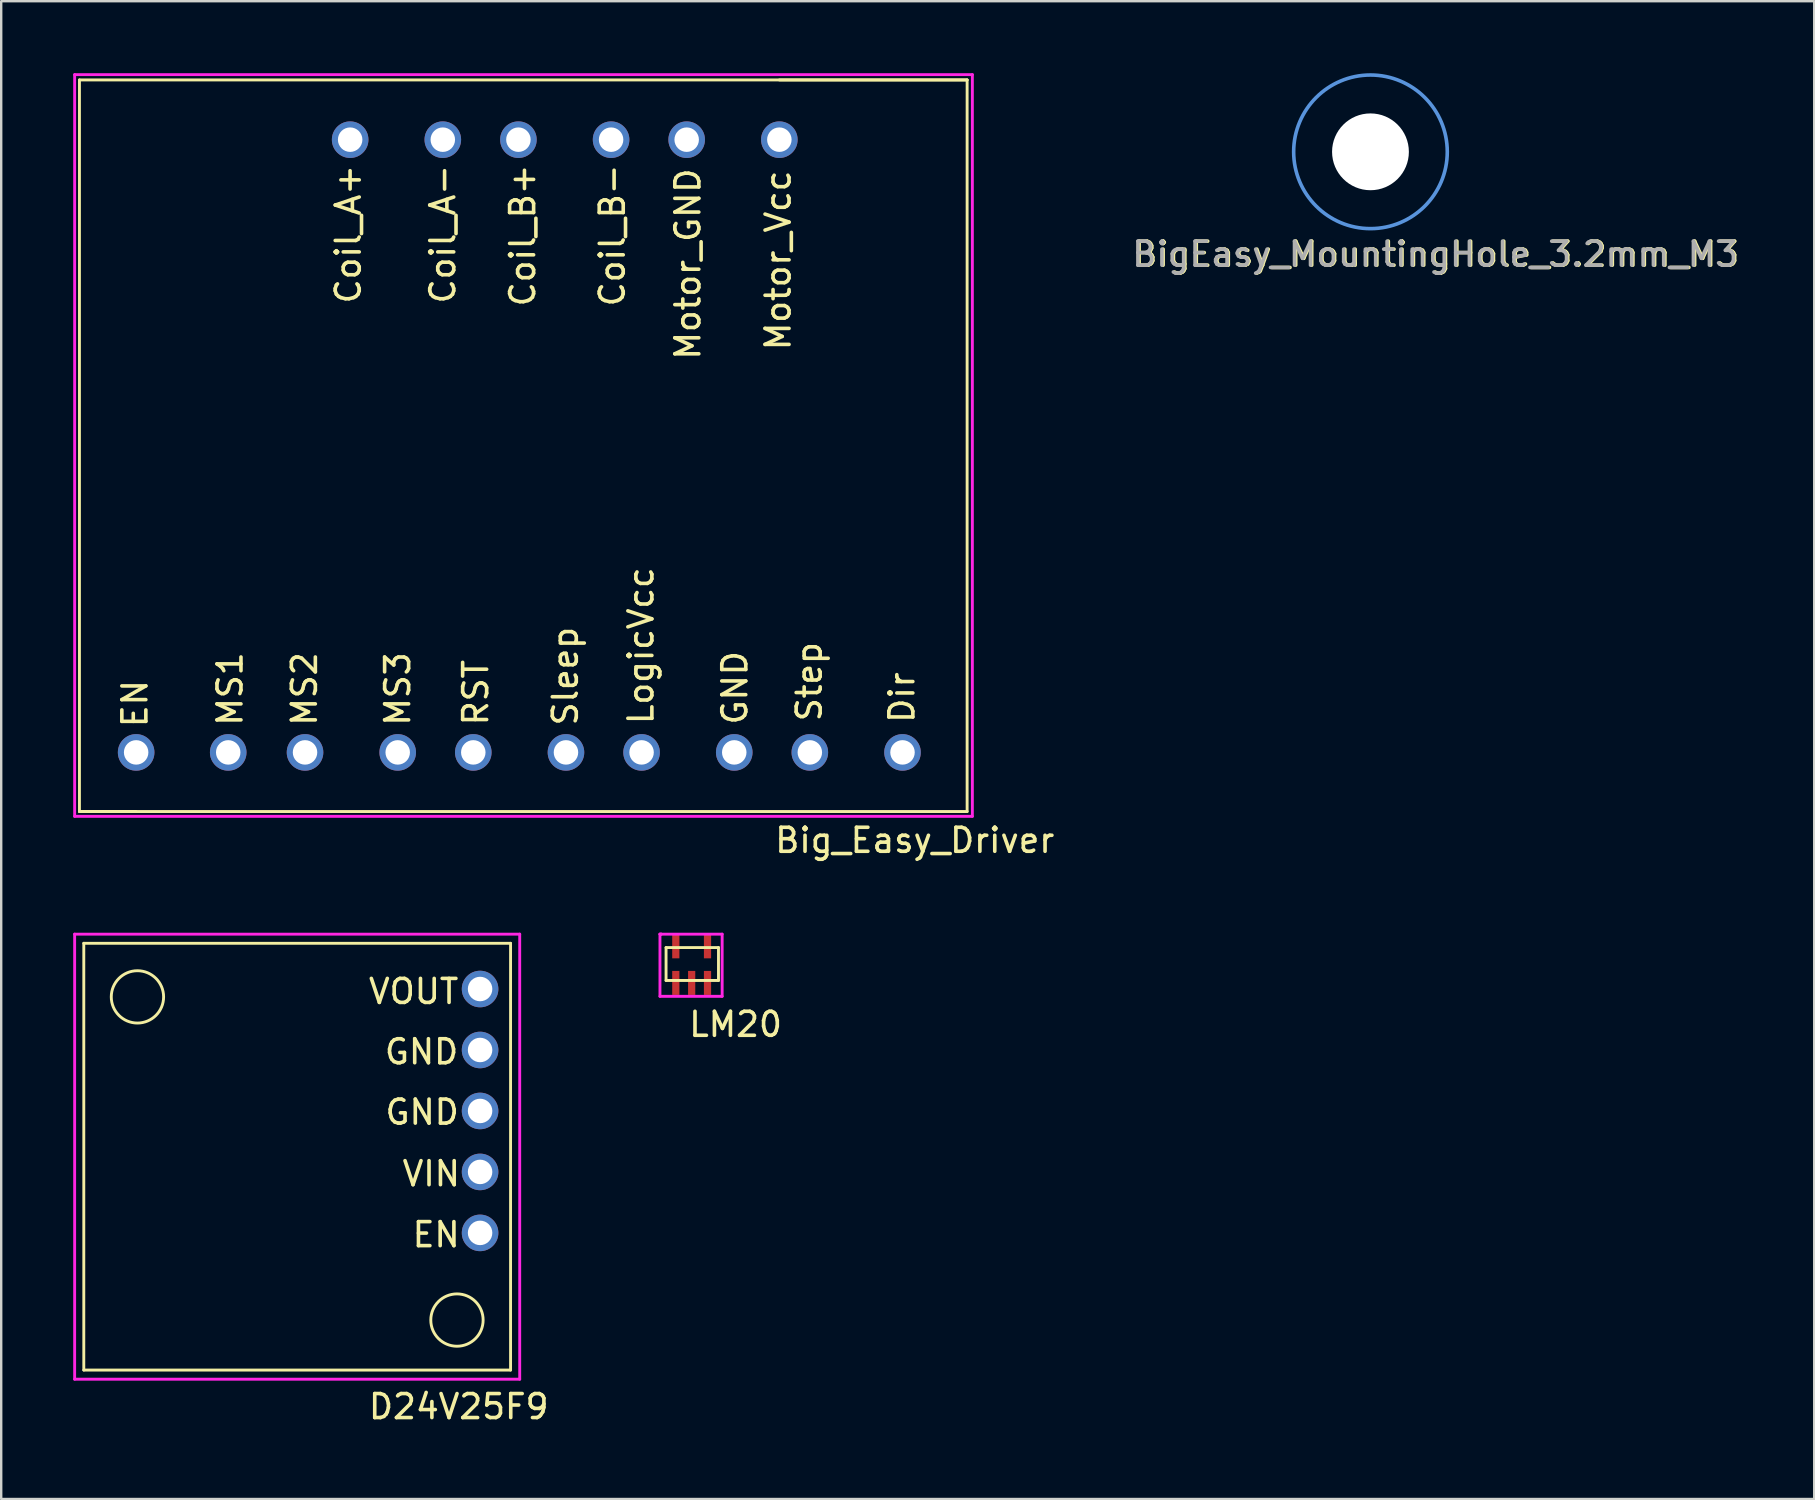
<source format=kicad_pcb>
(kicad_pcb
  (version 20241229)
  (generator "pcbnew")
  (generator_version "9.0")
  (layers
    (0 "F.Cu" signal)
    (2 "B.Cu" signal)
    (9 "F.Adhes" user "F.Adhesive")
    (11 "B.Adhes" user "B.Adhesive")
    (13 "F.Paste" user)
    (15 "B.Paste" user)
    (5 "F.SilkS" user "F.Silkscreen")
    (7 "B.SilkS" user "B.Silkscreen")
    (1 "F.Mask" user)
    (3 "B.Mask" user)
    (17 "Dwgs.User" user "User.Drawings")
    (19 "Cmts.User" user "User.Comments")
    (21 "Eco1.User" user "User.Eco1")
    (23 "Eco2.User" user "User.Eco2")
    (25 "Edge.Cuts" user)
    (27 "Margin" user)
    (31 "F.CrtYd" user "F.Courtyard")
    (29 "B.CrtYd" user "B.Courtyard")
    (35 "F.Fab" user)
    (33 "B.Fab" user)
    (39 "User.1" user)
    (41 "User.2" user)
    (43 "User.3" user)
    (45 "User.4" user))
  (footprint "BigEasy_MountingHole_3.2mm_M3"
    (layer "F.Cu")
    (at 54.097 3.275)
    (property "Reference" "BigEasy_MountingHole_3.2mm_M3" (at 2.692 4.267 0) (layer "F.SilkS") (effects (font (size 1 1) (thickness 0.15))))
    (attr through_hole)
    (fp_circle (center -0.051 0) (end 3.149 0) (stroke (width 0.15) (type solid)) (fill no) (layer "Cmts.User"))
    (fp_text user "${REFERENCE}" (at 2.642 4.267 0) (layer "F.Fab") (effects (font (size 1 1) (thickness 0.15))))
    (pad "" np_thru_hole circle (at -0.051 0) (size 3.2 3.2) (drill 3.2) (layers "*.Cu" "*.Mask")))
  (footprint "Big_Easy_Driver"
    (layer "F.Cu")
    (at 0.26 30.76)
    (property "Reference" "Big_Easy_Driver" (at 34.8 1.2 0) (layer "F.SilkS") (effects (font (size 1 1) (thickness 0.15))))
    (attr through_hole)
    (fp_line (start 0 -30.48) (end 0 0) (stroke (width 0.12) (type solid)) (layer "F.SilkS"))
    (fp_line (start 0 0) (end 2.362 0) (stroke (width 0.12) (type solid)) (layer "F.SilkS"))
    (fp_line (start 0 0) (end 36.982 0) (stroke (width 0.12) (type solid)) (layer "F.SilkS"))
    (fp_line (start 36.982 -30.48) (end 0 -30.48) (stroke (width 0.12) (type solid)) (layer "F.SilkS"))
    (fp_line (start 36.982 -30.48) (end 29.159 -30.48) (stroke (width 0.12) (type solid)) (layer "F.SilkS"))
    (fp_line (start 36.982 0) (end 36.982 -30.48) (stroke (width 0.12) (type solid)) (layer "F.SilkS"))
    (fp_line (start -0.2 -30.7) (end 37.2 -30.7) (stroke (width 0.12) (type solid)) (layer "F.CrtYd"))
    (fp_line (start -0.2 0.2) (end -0.2 -30.7) (stroke (width 0.12) (type solid)) (layer "F.CrtYd"))
    (fp_line (start 37.2 -30.7) (end 37.2 0.2) (stroke (width 0.12) (type solid)) (layer "F.CrtYd"))
    (fp_line (start 37.2 0.2) (end -0.2 0.2) (stroke (width 0.12) (type solid)) (layer "F.CrtYd"))
    (fp_text user "EN" (at 2.311 -4.496 90) (layer "F.SilkS") (effects (font (size 1 1) (thickness 0.15))))
    (fp_text user "Motor_GND" (at 25.349 -22.809 90) (layer "F.SilkS") (effects (font (size 1 1) (thickness 0.15))))
    (fp_text user "Coil_B+" (at 18.466 -24.003 90) (layer "F.SilkS") (effects (font (size 1 1) (thickness 0.15))))
    (fp_text user "MS2" (at 9.373 -5.105 90) (layer "F.SilkS") (effects (font (size 1 1) (thickness 0.15))))
    (fp_text user "Coil_A+" (at 11.201 -24.054 90) (layer "F.SilkS") (effects (font (size 1 1) (thickness 0.15))))
    (fp_text user "LogicVcc" (at 23.393 -6.909 90) (layer "F.SilkS") (effects (font (size 1 1) (thickness 0.15))))
    (fp_text user "Dir" (at 34.265 -4.75 90) (layer "F.SilkS") (effects (font (size 1 1) (thickness 0.15))))
    (fp_text user "Sleep" (at 20.244 -5.639 90) (layer "F.SilkS") (effects (font (size 1 1) (thickness 0.15))))
    (fp_text user "Coil_A-" (at 15.138 -24.054 90) (layer "F.SilkS") (effects (font (size 1 1) (thickness 0.15))))
    (fp_text user "Motor_Vcc" (at 29.108 -22.962 90) (layer "F.SilkS") (effects (font (size 1 1) (thickness 0.15))))
    (fp_text user "GND" (at 27.305 -5.156 90) (layer "F.SilkS") (effects (font (size 1 1) (thickness 0.15))))
    (fp_text user "Coil_B-" (at 22.2 -24.003 90) (layer "F.SilkS") (effects (font (size 1 1) (thickness 0.15))))
    (fp_text user "RST" (at 16.51 -4.953 90) (layer "F.SilkS") (effects (font (size 1 1) (thickness 0.15))))
    (fp_text user "MS1" (at 6.274 -5.105 90) (layer "F.SilkS") (effects (font (size 1 1) (thickness 0.15))))
    (fp_text user "MS3" (at 13.259 -5.105 90) (layer "F.SilkS") (effects (font (size 1 1) (thickness 0.15))))
    (fp_text user "Step" (at 30.404 -5.41 90) (layer "F.SilkS") (effects (font (size 1 1) (thickness 0.15))))
    (pad "1" thru_hole circle (at 2.362 -2.464) (size 1.524 1.524) (drill 1.02) (layers "*.Cu" "*.Mask"))
    (pad "2" thru_hole circle (at 6.198 -2.464) (size 1.524 1.524) (drill 1.02) (layers "*.Cu" "*.Mask"))
    (pad "3" thru_hole circle (at 9.398 -2.464) (size 1.524 1.524) (drill 1.02) (layers "*.Cu" "*.Mask"))
    (pad "4" thru_hole circle (at 13.259 -2.464) (size 1.524 1.524) (drill 1.02) (layers "*.Cu" "*.Mask"))
    (pad "5" thru_hole circle (at 16.408 -2.464) (size 1.524 1.524) (drill 1.02) (layers "*.Cu" "*.Mask"))
    (pad "6" thru_hole circle (at 20.269 -2.464) (size 1.524 1.524) (drill 1.02) (layers "*.Cu" "*.Mask"))
    (pad "7" thru_hole circle (at 23.419 -2.464) (size 1.524 1.524) (drill 1.02) (layers "*.Cu" "*.Mask"))
    (pad "8" thru_hole circle (at 27.28 -2.464) (size 1.524 1.524) (drill 1.02) (layers "*.Cu" "*.Mask"))
    (pad "9" thru_hole circle (at 30.429 -2.464) (size 1.524 1.524) (drill 1.02) (layers "*.Cu" "*.Mask"))
    (pad "10" thru_hole circle (at 34.29 -2.464) (size 1.524 1.524) (drill 1.02) (layers "*.Cu" "*.Mask"))
    (pad "11" thru_hole circle (at 29.159 -27.991) (size 1.524 1.524) (drill 1.02) (layers "*.Cu" "*.Mask"))
    (pad "12" thru_hole circle (at 25.298 -27.991) (size 1.524 1.524) (drill 1.02) (layers "*.Cu" "*.Mask"))
    (pad "13" thru_hole circle (at 22.149 -27.991) (size 1.524 1.524) (drill 1.02) (layers "*.Cu" "*.Mask"))
    (pad "14" thru_hole circle (at 18.288 -27.991) (size 1.524 1.524) (drill 1.02) (layers "*.Cu" "*.Mask"))
    (pad "15" thru_hole circle (at 15.138 -27.991) (size 1.524 1.524) (drill 1.02) (layers "*.Cu" "*.Mask"))
    (pad "16" thru_hole circle (at 11.278 -27.991) (size 1.524 1.524) (drill 1.02) (layers "*.Cu" "*.Mask")))
  (footprint "D24V25F9"
    (layer "F.Cu")
    (at 16.951 37.519)
    (property "Reference" "D24V25F9" (at -0.889 18.034 0) (layer "F.SilkS") (effects (font (size 1 1) (thickness 0.15))))
    (attr through_hole)
    (fp_line (start -16.51 -1.27) (end 1.27 -1.27) (stroke (width 0.12) (type solid)) (layer "F.SilkS"))
    (fp_line (start -16.51 16.51) (end -16.51 -1.27) (stroke (width 0.12) (type solid)) (layer "F.SilkS"))
    (fp_line (start 1.27 -1.27) (end 1.27 16.51) (stroke (width 0.12) (type solid)) (layer "F.SilkS"))
    (fp_line (start 1.27 16.51) (end -16.51 16.51) (stroke (width 0.12) (type solid)) (layer "F.SilkS"))
    (fp_circle (center -14.275 0.963) (end -13.185 0.963) (stroke (width 0.12) (type solid)) (fill no) (layer "F.SilkS"))
    (fp_circle (center -0.963 14.427) (end 0.127 14.427) (stroke (width 0.12) (type solid)) (fill no) (layer "F.SilkS"))
    (fp_line (start -16.891 -1.651) (end -16.891 16.891) (stroke (width 0.12) (type solid)) (layer "F.CrtYd"))
    (fp_line (start -16.891 16.891) (end 1.651 16.891) (stroke (width 0.12) (type solid)) (layer "F.CrtYd"))
    (fp_line (start 1.651 -1.651) (end -16.891 -1.651) (stroke (width 0.12) (type solid)) (layer "F.CrtYd"))
    (fp_line (start 1.651 16.891) (end 1.651 -1.651) (stroke (width 0.12) (type solid)) (layer "F.CrtYd"))
    (fp_text user "GND" (at -2.413 5.766 0) (layer "F.SilkS") (effects (font (size 1 1) (thickness 0.15))))
    (fp_text user "VOUT" (at -2.769 0.737 0) (layer "F.SilkS") (effects (font (size 1 1) (thickness 0.15))))
    (fp_text user "VIN" (at -2.032 8.331 0) (layer "F.SilkS") (effects (font (size 1 1) (thickness 0.15))))
    (fp_text user "EN" (at -1.829 10.871 0) (layer "F.SilkS") (effects (font (size 1 1) (thickness 0.15))))
    (fp_text user "GND" (at -2.438 3.251 0) (layer "F.SilkS") (effects (font (size 1 1) (thickness 0.15))))
    (pad "1" thru_hole circle (at 0 10.795) (size 1.524 1.524) (drill 1.02) (layers "*.Cu" "*.Mask"))
    (pad "2" thru_hole circle (at 0 8.255) (size 1.524 1.524) (drill 1.02) (layers "*.Cu" "*.Mask"))
    (pad "3" thru_hole circle (at 0 5.715) (size 1.524 1.524) (drill 1.02) (layers "*.Cu" "*.Mask"))
    (pad "4" thru_hole circle (at 0 3.175) (size 1.524 1.524) (drill 1.02) (layers "*.Cu" "*.Mask"))
    (pad "5" thru_hole circle (at 0 0.635) (size 1.524 1.524) (drill 1.02) (layers "*.Cu" "*.Mask")))
  (footprint "LM20"
    (layer "F.Cu")
    (at 23.175 40.694)
    (property "Reference" "LM20" (at 4.42 -1.067 0) (layer "F.SilkS") (effects (font (size 1 1) (thickness 0.15))))
    (attr through_hole)
    (fp_line (start 1.524 -4.267) (end 3.708 -4.267) (stroke (width 0.12) (type solid)) (layer "F.SilkS"))
    (fp_line (start 1.524 -2.896) (end 1.524 -4.267) (stroke (width 0.12) (type solid)) (layer "F.SilkS"))
    (fp_line (start 3.708 -4.267) (end 3.708 -2.896) (stroke (width 0.12) (type solid)) (layer "F.SilkS"))
    (fp_line (start 3.708 -2.896) (end 1.524 -2.896) (stroke (width 0.12) (type solid)) (layer "F.SilkS"))
    (fp_line (start 1.27 -4.826) (end 1.321 -4.826) (stroke (width 0.12) (type solid)) (layer "F.CrtYd"))
    (fp_line (start 1.27 -2.235) (end 1.27 -4.826) (stroke (width 0.12) (type solid)) (layer "F.CrtYd"))
    (fp_line (start 1.321 -4.826) (end 1.27 -4.826) (stroke (width 0.12) (type solid)) (layer "F.CrtYd"))
    (fp_line (start 1.321 -4.826) (end 3.861 -4.826) (stroke (width 0.12) (type solid)) (layer "F.CrtYd"))
    (fp_line (start 3.861 -4.826) (end 3.861 -2.235) (stroke (width 0.12) (type solid)) (layer "F.CrtYd"))
    (fp_line (start 3.861 -2.235) (end 1.27 -2.235) (stroke (width 0.12) (type solid)) (layer "F.CrtYd"))
    (pad "1" smd rect (at 1.93 -2.794) (size 0.3 1) (layers "F.Cu" "F.Mask" "F.Paste"))
    (pad "2" smd rect (at 2.591 -2.794) (size 0.3 1) (layers "F.Cu" "F.Mask" "F.Paste"))
    (pad "3" smd rect (at 3.251 -2.794) (size 0.3 1) (layers "F.Cu" "F.Mask" "F.Paste"))
    (pad "4" smd rect (at 3.251 -4.318) (size 0.3 1) (layers "F.Cu" "F.Mask" "F.Paste"))
    (pad "5" smd rect (at 1.93 -4.318) (size 0.3 1) (layers "F.Cu" "F.Mask" "F.Paste")))
  (gr_rect
    (start -3 -3)
    (end 72.533 59.401)
    (stroke (width 0.1) (type default))
    (fill no)
    (layer "Edge.Cuts")))
</source>
